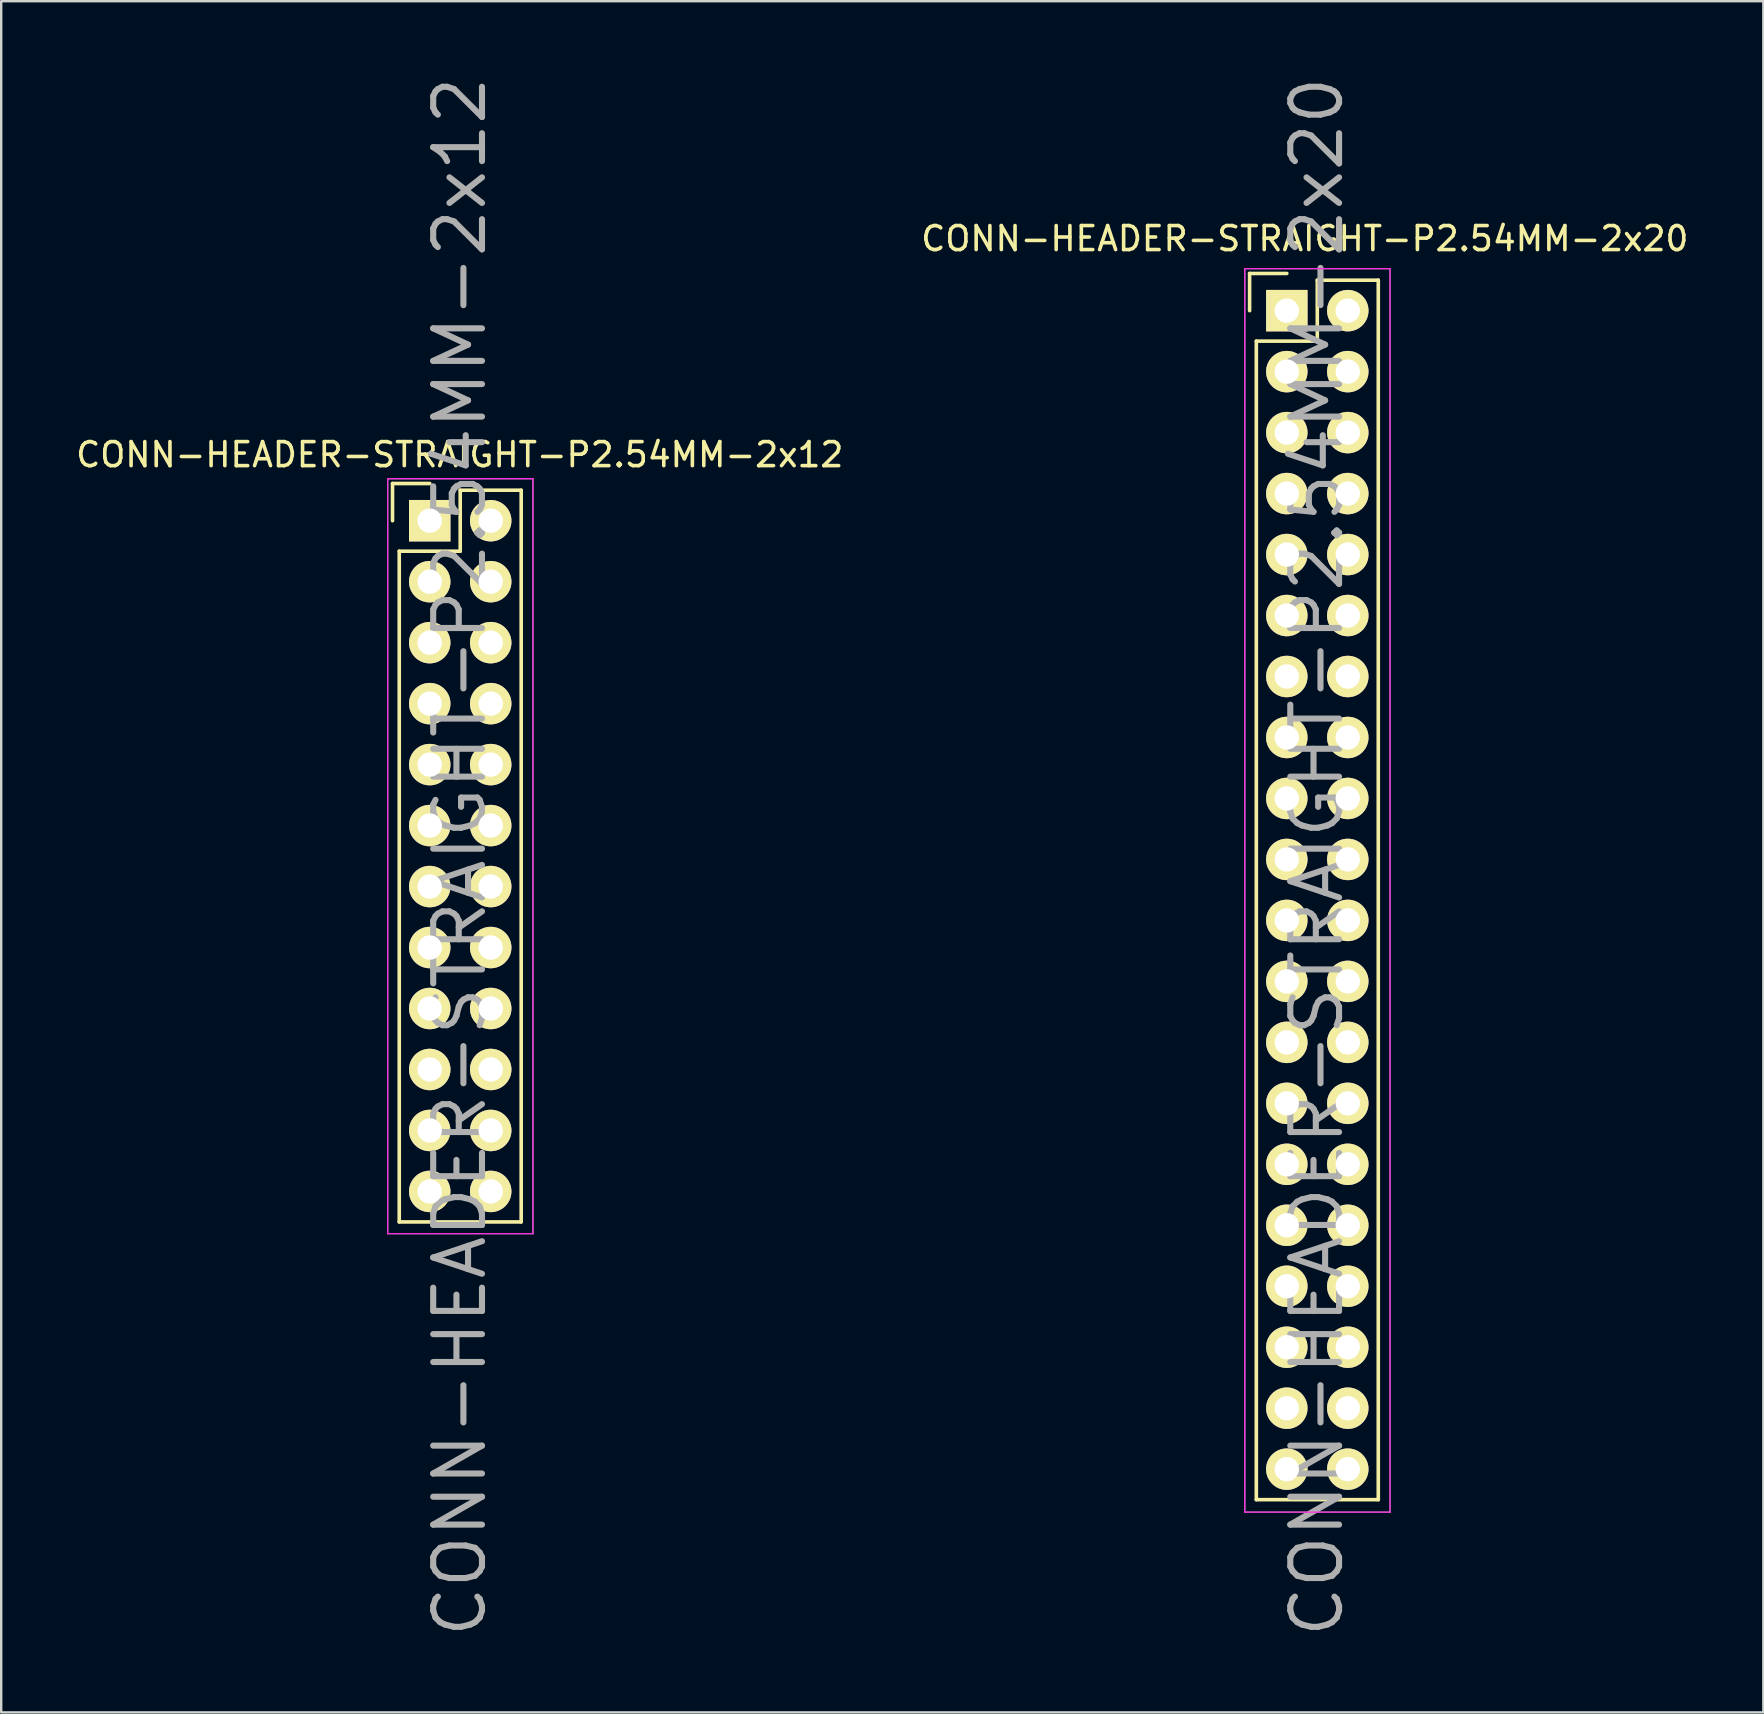
<source format=kicad_pcb>
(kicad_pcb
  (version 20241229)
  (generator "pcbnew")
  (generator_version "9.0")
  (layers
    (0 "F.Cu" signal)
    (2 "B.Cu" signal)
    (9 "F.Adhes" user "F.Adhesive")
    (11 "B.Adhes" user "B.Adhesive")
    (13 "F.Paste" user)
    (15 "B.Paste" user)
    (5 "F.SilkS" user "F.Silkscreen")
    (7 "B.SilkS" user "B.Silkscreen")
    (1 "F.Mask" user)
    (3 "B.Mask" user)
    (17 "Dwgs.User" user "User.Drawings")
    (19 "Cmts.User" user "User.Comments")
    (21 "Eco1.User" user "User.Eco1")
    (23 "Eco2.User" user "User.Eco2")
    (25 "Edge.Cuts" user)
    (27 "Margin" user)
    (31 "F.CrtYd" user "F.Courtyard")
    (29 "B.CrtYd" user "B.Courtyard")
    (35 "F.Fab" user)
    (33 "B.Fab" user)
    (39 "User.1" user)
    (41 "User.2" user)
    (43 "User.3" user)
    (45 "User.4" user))
  (footprint "CONN-HEADER-STRAIGHT-P2.54MM-2x20"
    (layer "F.Cu")
    (at 50.554 9.891)
    (property "Reference" "CONN-HEADER-STRAIGHT-P2.54MM-2x20" (at 1.25 22.75 90) (layer "F.Fab") (effects (font (size 2.032 2.032) (thickness 0.254))))
    (attr through_hole)
    (fp_line (start -1.55 -1.55) (end -1.55 0) (stroke (width 0.15) (type solid)) (layer "F.SilkS"))
    (fp_line (start -1.27 1.27) (end -1.27 49.53) (stroke (width 0.15) (type solid)) (layer "F.SilkS"))
    (fp_line (start 0 -1.55) (end -1.55 -1.55) (stroke (width 0.15) (type solid)) (layer "F.SilkS"))
    (fp_line (start 1.27 -1.27) (end 1.27 1.27) (stroke (width 0.15) (type solid)) (layer "F.SilkS"))
    (fp_line (start 1.27 1.27) (end -1.27 1.27) (stroke (width 0.15) (type solid)) (layer "F.SilkS"))
    (fp_line (start 3.81 -1.27) (end 1.27 -1.27) (stroke (width 0.15) (type solid)) (layer "F.SilkS"))
    (fp_line (start 3.81 49.53) (end -1.27 49.53) (stroke (width 0.15) (type solid)) (layer "F.SilkS"))
    (fp_line (start 3.81 49.53) (end 3.81 -1.27) (stroke (width 0.15) (type solid)) (layer "F.SilkS"))
    (fp_line (start -1.75 -1.75) (end -1.75 50.05) (stroke (width 0.05) (type solid)) (layer "F.CrtYd"))
    (fp_line (start -1.75 -1.75) (end 4.3 -1.75) (stroke (width 0.05) (type solid)) (layer "F.CrtYd"))
    (fp_line (start -1.75 50.05) (end 4.3 50.05) (stroke (width 0.05) (type solid)) (layer "F.CrtYd"))
    (fp_line (start 4.3 -1.75) (end 4.3 50.05) (stroke (width 0.05) (type solid)) (layer "F.CrtYd"))
    (fp_line (start -1.75 -1.75) (end -1.75 50.05) (stroke (width 0.05) (type solid)) (layer "F.Fab"))
    (fp_line (start -1.75 -1.75) (end 4.3 -1.75) (stroke (width 0.05) (type solid)) (layer "F.Fab"))
    (fp_line (start -1.75 50.05) (end 4.3 50.05) (stroke (width 0.05) (type solid)) (layer "F.Fab"))
    (fp_line (start 4.3 -1.75) (end 4.3 50.05) (stroke (width 0.05) (type solid)) (layer "F.Fab"))
    (fp_text user "${REFERENCE}" (at 0.75 -3 0) (layer "F.SilkS") (effects (font (size 1 1) (thickness 0.15))))
    (pad "1" thru_hole rect (at 0 0) (size 1.727 1.727) (drill 1.016) (layers "*.Cu" "*.Mask" "F.SilkS"))
    (pad "2" thru_hole oval (at 2.54 0) (size 1.727 1.727) (drill 1.016) (layers "*.Cu" "*.Mask" "F.SilkS"))
    (pad "3" thru_hole oval (at 0 2.54) (size 1.727 1.727) (drill 1.016) (layers "*.Cu" "*.Mask" "F.SilkS"))
    (pad "4" thru_hole oval (at 2.54 2.54) (size 1.727 1.727) (drill 1.016) (layers "*.Cu" "*.Mask" "F.SilkS"))
    (pad "5" thru_hole oval (at 0 5.08) (size 1.727 1.727) (drill 1.016) (layers "*.Cu" "*.Mask" "F.SilkS"))
    (pad "6" thru_hole oval (at 2.54 5.08) (size 1.727 1.727) (drill 1.016) (layers "*.Cu" "*.Mask" "F.SilkS"))
    (pad "7" thru_hole oval (at 0 7.62) (size 1.727 1.727) (drill 1.016) (layers "*.Cu" "*.Mask" "F.SilkS"))
    (pad "8" thru_hole oval (at 2.54 7.62) (size 1.727 1.727) (drill 1.016) (layers "*.Cu" "*.Mask" "F.SilkS"))
    (pad "9" thru_hole oval (at 0 10.16) (size 1.727 1.727) (drill 1.016) (layers "*.Cu" "*.Mask" "F.SilkS"))
    (pad "10" thru_hole oval (at 2.54 10.16) (size 1.727 1.727) (drill 1.016) (layers "*.Cu" "*.Mask" "F.SilkS"))
    (pad "11" thru_hole oval (at 0 12.7) (size 1.727 1.727) (drill 1.016) (layers "*.Cu" "*.Mask" "F.SilkS"))
    (pad "12" thru_hole oval (at 2.54 12.7) (size 1.727 1.727) (drill 1.016) (layers "*.Cu" "*.Mask" "F.SilkS"))
    (pad "13" thru_hole oval (at 0 15.24) (size 1.727 1.727) (drill 1.016) (layers "*.Cu" "*.Mask" "F.SilkS"))
    (pad "14" thru_hole oval (at 2.54 15.24) (size 1.727 1.727) (drill 1.016) (layers "*.Cu" "*.Mask" "F.SilkS"))
    (pad "15" thru_hole oval (at 0 17.78) (size 1.727 1.727) (drill 1.016) (layers "*.Cu" "*.Mask" "F.SilkS"))
    (pad "16" thru_hole oval (at 2.54 17.78) (size 1.727 1.727) (drill 1.016) (layers "*.Cu" "*.Mask" "F.SilkS"))
    (pad "17" thru_hole oval (at 0 20.32) (size 1.727 1.727) (drill 1.016) (layers "*.Cu" "*.Mask" "F.SilkS"))
    (pad "18" thru_hole oval (at 2.54 20.32) (size 1.727 1.727) (drill 1.016) (layers "*.Cu" "*.Mask" "F.SilkS"))
    (pad "19" thru_hole oval (at 0 22.86) (size 1.727 1.727) (drill 1.016) (layers "*.Cu" "*.Mask" "F.SilkS"))
    (pad "20" thru_hole oval (at 2.54 22.86) (size 1.727 1.727) (drill 1.016) (layers "*.Cu" "*.Mask" "F.SilkS"))
    (pad "21" thru_hole oval (at 0 25.4) (size 1.727 1.727) (drill 1.016) (layers "*.Cu" "*.Mask" "F.SilkS"))
    (pad "22" thru_hole oval (at 2.54 25.4) (size 1.727 1.727) (drill 1.016) (layers "*.Cu" "*.Mask" "F.SilkS"))
    (pad "23" thru_hole oval (at 0 27.94) (size 1.727 1.727) (drill 1.016) (layers "*.Cu" "*.Mask" "F.SilkS"))
    (pad "24" thru_hole oval (at 2.54 27.94) (size 1.727 1.727) (drill 1.016) (layers "*.Cu" "*.Mask" "F.SilkS"))
    (pad "25" thru_hole oval (at 0 30.48) (size 1.727 1.727) (drill 1.016) (layers "*.Cu" "*.Mask" "F.SilkS"))
    (pad "26" thru_hole oval (at 2.54 30.48) (size 1.727 1.727) (drill 1.016) (layers "*.Cu" "*.Mask" "F.SilkS"))
    (pad "27" thru_hole oval (at 0 33.02) (size 1.727 1.727) (drill 1.016) (layers "*.Cu" "*.Mask" "F.SilkS"))
    (pad "28" thru_hole oval (at 2.54 33.02) (size 1.727 1.727) (drill 1.016) (layers "*.Cu" "*.Mask" "F.SilkS"))
    (pad "29" thru_hole oval (at 0 35.56) (size 1.727 1.727) (drill 1.016) (layers "*.Cu" "*.Mask" "F.SilkS"))
    (pad "30" thru_hole oval (at 2.54 35.56) (size 1.727 1.727) (drill 1.016) (layers "*.Cu" "*.Mask" "F.SilkS"))
    (pad "31" thru_hole oval (at 0 38.1) (size 1.727 1.727) (drill 1.016) (layers "*.Cu" "*.Mask" "F.SilkS"))
    (pad "32" thru_hole oval (at 2.54 38.1) (size 1.727 1.727) (drill 1.016) (layers "*.Cu" "*.Mask" "F.SilkS"))
    (pad "33" thru_hole oval (at 0 40.64) (size 1.727 1.727) (drill 1.016) (layers "*.Cu" "*.Mask" "F.SilkS"))
    (pad "34" thru_hole oval (at 2.54 40.64) (size 1.727 1.727) (drill 1.016) (layers "*.Cu" "*.Mask" "F.SilkS"))
    (pad "35" thru_hole oval (at 0 43.18) (size 1.727 1.727) (drill 1.016) (layers "*.Cu" "*.Mask" "F.SilkS"))
    (pad "36" thru_hole oval (at 2.54 43.18) (size 1.727 1.727) (drill 1.016) (layers "*.Cu" "*.Mask" "F.SilkS"))
    (pad "37" thru_hole oval (at 0 45.72) (size 1.727 1.727) (drill 1.016) (layers "*.Cu" "*.Mask" "F.SilkS"))
    (pad "38" thru_hole oval (at 2.54 45.72) (size 1.727 1.727) (drill 1.016) (layers "*.Cu" "*.Mask" "F.SilkS"))
    (pad "39" thru_hole oval (at 0 48.26) (size 1.727 1.727) (drill 1.016) (layers "*.Cu" "*.Mask" "F.SilkS"))
    (pad "40" thru_hole oval (at 2.54 48.26) (size 1.727 1.727) (drill 1.016) (layers "*.Cu" "*.Mask" "F.SilkS")))
  (footprint "CONN-HEADER-STRAIGHT-P2.54MM-2x12"
    (layer "F.Cu")
    (at 14.851 18.641)
    (property "Reference" "CONN-HEADER-STRAIGHT-P2.54MM-2x12" (at 1.25 14 90) (layer "F.Fab") (effects (font (size 2.032 2.032) (thickness 0.254))))
    (attr through_hole)
    (fp_line (start -1.55 -1.55) (end -1.55 0) (stroke (width 0.15) (type solid)) (layer "F.SilkS"))
    (fp_line (start -1.27 1.27) (end -1.27 29.21) (stroke (width 0.15) (type solid)) (layer "F.SilkS"))
    (fp_line (start 0 -1.55) (end -1.55 -1.55) (stroke (width 0.15) (type solid)) (layer "F.SilkS"))
    (fp_line (start 1.27 -1.27) (end 1.27 1.27) (stroke (width 0.15) (type solid)) (layer "F.SilkS"))
    (fp_line (start 1.27 1.27) (end -1.27 1.27) (stroke (width 0.15) (type solid)) (layer "F.SilkS"))
    (fp_line (start 3.81 -1.27) (end 1.27 -1.27) (stroke (width 0.15) (type solid)) (layer "F.SilkS"))
    (fp_line (start 3.81 29.21) (end -1.27 29.21) (stroke (width 0.15) (type solid)) (layer "F.SilkS"))
    (fp_line (start 3.81 29.21) (end 3.81 -1.27) (stroke (width 0.15) (type solid)) (layer "F.SilkS"))
    (fp_line (start -1.75 -1.75) (end -1.75 29.7) (stroke (width 0.05) (type solid)) (layer "F.CrtYd"))
    (fp_line (start -1.75 -1.75) (end 4.3 -1.75) (stroke (width 0.05) (type solid)) (layer "F.CrtYd"))
    (fp_line (start -1.75 29.7) (end 4.3 29.7) (stroke (width 0.05) (type solid)) (layer "F.CrtYd"))
    (fp_line (start 4.3 -1.75) (end 4.3 29.7) (stroke (width 0.05) (type solid)) (layer "F.CrtYd"))
    (fp_line (start -1.75 -1.75) (end -1.75 29.7) (stroke (width 0.05) (type solid)) (layer "F.Fab"))
    (fp_line (start -1.75 -1.75) (end 4.3 -1.75) (stroke (width 0.05) (type solid)) (layer "F.Fab"))
    (fp_line (start -1.75 29.7) (end 4.3 29.7) (stroke (width 0.05) (type solid)) (layer "F.Fab"))
    (fp_line (start 4.3 -1.75) (end 4.3 29.7) (stroke (width 0.05) (type solid)) (layer "F.Fab"))
    (fp_text user "${REFERENCE}" (at 1.25 -2.75 0) (layer "F.SilkS") (effects (font (size 1 1) (thickness 0.15))))
    (pad "1" thru_hole rect (at 0 0) (size 1.727 1.727) (drill 1.016) (layers "*.Cu" "*.Mask" "F.SilkS"))
    (pad "2" thru_hole oval (at 2.54 0) (size 1.727 1.727) (drill 1.016) (layers "*.Cu" "*.Mask" "F.SilkS"))
    (pad "3" thru_hole oval (at 0 2.54) (size 1.727 1.727) (drill 1.016) (layers "*.Cu" "*.Mask" "F.SilkS"))
    (pad "4" thru_hole oval (at 2.54 2.54) (size 1.727 1.727) (drill 1.016) (layers "*.Cu" "*.Mask" "F.SilkS"))
    (pad "5" thru_hole oval (at 0 5.08) (size 1.727 1.727) (drill 1.016) (layers "*.Cu" "*.Mask" "F.SilkS"))
    (pad "6" thru_hole oval (at 2.54 5.08) (size 1.727 1.727) (drill 1.016) (layers "*.Cu" "*.Mask" "F.SilkS"))
    (pad "7" thru_hole oval (at 0 7.62) (size 1.727 1.727) (drill 1.016) (layers "*.Cu" "*.Mask" "F.SilkS"))
    (pad "8" thru_hole oval (at 2.54 7.62) (size 1.727 1.727) (drill 1.016) (layers "*.Cu" "*.Mask" "F.SilkS"))
    (pad "9" thru_hole oval (at 0 10.16) (size 1.727 1.727) (drill 1.016) (layers "*.Cu" "*.Mask" "F.SilkS"))
    (pad "10" thru_hole oval (at 2.54 10.16) (size 1.727 1.727) (drill 1.016) (layers "*.Cu" "*.Mask" "F.SilkS"))
    (pad "11" thru_hole oval (at 0 12.7) (size 1.727 1.727) (drill 1.016) (layers "*.Cu" "*.Mask" "F.SilkS"))
    (pad "12" thru_hole oval (at 2.54 12.7) (size 1.727 1.727) (drill 1.016) (layers "*.Cu" "*.Mask" "F.SilkS"))
    (pad "13" thru_hole oval (at 0 15.24) (size 1.727 1.727) (drill 1.016) (layers "*.Cu" "*.Mask" "F.SilkS"))
    (pad "14" thru_hole oval (at 2.54 15.24) (size 1.727 1.727) (drill 1.016) (layers "*.Cu" "*.Mask" "F.SilkS"))
    (pad "15" thru_hole oval (at 0 17.78) (size 1.727 1.727) (drill 1.016) (layers "*.Cu" "*.Mask" "F.SilkS"))
    (pad "16" thru_hole oval (at 2.54 17.78) (size 1.727 1.727) (drill 1.016) (layers "*.Cu" "*.Mask" "F.SilkS"))
    (pad "17" thru_hole oval (at 0 20.32) (size 1.727 1.727) (drill 1.016) (layers "*.Cu" "*.Mask" "F.SilkS"))
    (pad "18" thru_hole oval (at 2.54 20.32) (size 1.727 1.727) (drill 1.016) (layers "*.Cu" "*.Mask" "F.SilkS"))
    (pad "19" thru_hole oval (at 0 22.86) (size 1.727 1.727) (drill 1.016) (layers "*.Cu" "*.Mask" "F.SilkS"))
    (pad "20" thru_hole oval (at 2.54 22.86) (size 1.727 1.727) (drill 1.016) (layers "*.Cu" "*.Mask" "F.SilkS"))
    (pad "21" thru_hole oval (at 0 25.4) (size 1.727 1.727) (drill 1.016) (layers "*.Cu" "*.Mask" "F.SilkS"))
    (pad "22" thru_hole oval (at 2.54 25.4) (size 1.727 1.727) (drill 1.016) (layers "*.Cu" "*.Mask" "F.SilkS"))
    (pad "23" thru_hole oval (at 0 27.94) (size 1.727 1.727) (drill 1.016) (layers "*.Cu" "*.Mask" "F.SilkS"))
    (pad "24" thru_hole oval (at 2.54 27.94) (size 1.727 1.727) (drill 1.016) (layers "*.Cu" "*.Mask" "F.SilkS")))
  (gr_rect
    (start -3 -3)
    (end 70.405 68.283)
    (stroke (width 0.1) (type default))
    (fill no)
    (layer "Edge.Cuts")))
</source>
